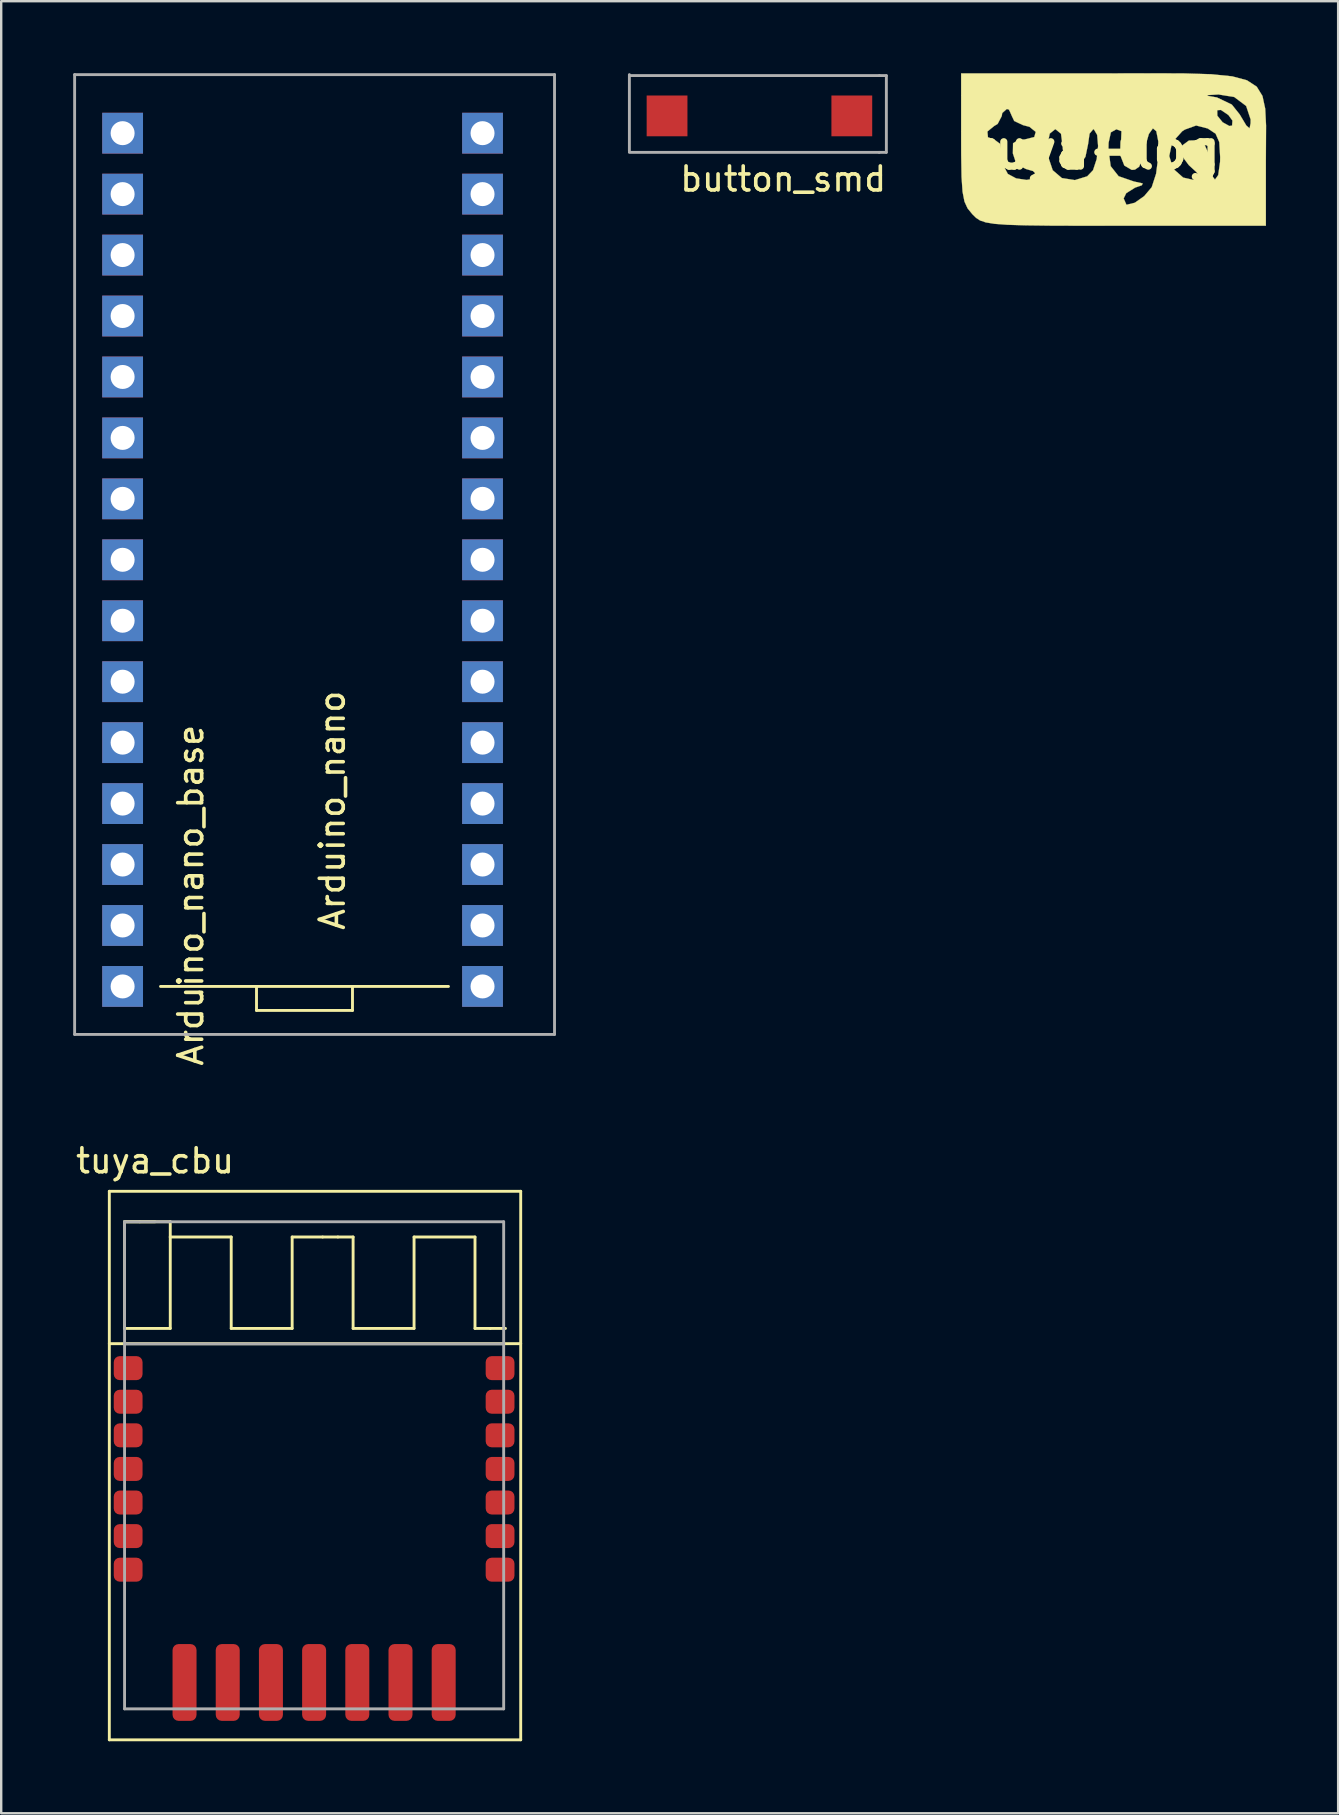
<source format=kicad_pcb>
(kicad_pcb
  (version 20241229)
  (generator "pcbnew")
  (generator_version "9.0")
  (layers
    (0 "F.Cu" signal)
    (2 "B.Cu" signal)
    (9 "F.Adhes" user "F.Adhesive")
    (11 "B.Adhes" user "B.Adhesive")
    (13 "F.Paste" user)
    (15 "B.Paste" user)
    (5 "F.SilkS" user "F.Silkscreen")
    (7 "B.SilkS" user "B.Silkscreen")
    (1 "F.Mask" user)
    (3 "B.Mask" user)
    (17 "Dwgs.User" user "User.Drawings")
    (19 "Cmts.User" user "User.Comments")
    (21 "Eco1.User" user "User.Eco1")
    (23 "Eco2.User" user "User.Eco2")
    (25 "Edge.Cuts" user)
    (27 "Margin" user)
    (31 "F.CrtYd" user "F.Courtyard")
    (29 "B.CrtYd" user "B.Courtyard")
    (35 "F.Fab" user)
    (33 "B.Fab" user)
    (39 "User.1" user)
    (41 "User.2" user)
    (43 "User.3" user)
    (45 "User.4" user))
  (footprint "tuya-logo"
    (layer "F.Cu")
    (at 43.356 3.184)
    (property "Reference" "tuya-logo" (at 0 0 0) (layer "F.SilkS") (effects (font (size 1.524 1.524) (thickness 0.3))))
    (attr through_hole)
    (fp_poly (pts (xy 2.919 -3.175) (xy 4.081 -3.14) (xy 4.948 -3.052) (xy 5.563 -2.887) (xy 5.969 -2.622) (xy 6.208 -2.235) (xy 6.323 -1.702) (xy 6.358 -1) (xy 6.353 -0.106) (xy 6.35 0.49) (xy 6.35 3.175) (xy 0.46 3.175) (xy -1.27 3.174) (xy -2.628 3.17) (xy -3.662 3.157) (xy -4.422 3.134) (xy -4.959 3.094) (xy -5.322 3.035) (xy -5.562 2.954) (xy -5.728 2.845) (xy -5.871 2.705) (xy -5.89 2.685) (xy -6.082 2.448) (xy -6.211 2.166) (xy -6.291 1.755) (xy -6.333 1.135) (xy -6.348 0.222) (xy -6.35 -0.49) (xy -6.35 -0.754) (xy -5.255 -0.754) (xy -5.233 -0.514) (xy -4.974 -0.423) (xy -4.721 -0.236) (xy -4.657 0.169) (xy -4.571 0.698) (xy -4.403 1.016) (xy -4.057 1.2) (xy -3.62 1.265) (xy -3.271 1.204) (xy -3.175 1.073) (xy -3.355 0.894) (xy -3.651 0.808) (xy -4.046 0.605) (xy -4.194 0.159) (xy -4.187 -0.226) (xy -2.751 -0.226) (xy -2.711 0.334) (xy -2.533 0.861) (xy -2.151 1.187) (xy -1.609 1.272) (xy -1.096 1.114) (xy -0.854 0.861) (xy -0.7 0.394) (xy -0.655 -0.026) (xy -0.212 -0.026) (xy -0.118 0.69) (xy 0.213 1.11) (xy 0.847 1.329) (xy 1.216 1.41) (xy 1.183 1.486) (xy 0.9 1.585) (xy 0.53 1.817) (xy 0.423 2.036) (xy 0.54 2.301) (xy 0.889 2.215) (xy 1.279 1.94) (xy 1.593 1.567) (xy 1.776 1.003) (xy 1.858 0.353) (xy 1.859 0.27) (xy 2.323 0.27) (xy 2.487 0.798) (xy 2.904 1.167) (xy 3.334 1.264) (xy 3.58 1.19) (xy 3.598 1.145) (xy 3.452 0.935) (xy 3.14 0.649) (xy 2.827 0.231) (xy 2.839 -0.152) (xy 3.141 -0.376) (xy 3.439 -0.385) (xy 3.772 -0.25) (xy 3.935 0.11) (xy 3.982 0.476) (xy 4.084 1.061) (xy 4.229 1.251) (xy 4.364 1.063) (xy 4.441 0.514) (xy 4.445 0.313) (xy 4.408 -0.313) (xy 4.255 -0.663) (xy 3.925 -0.881) (xy 3.443 -1.004) (xy 2.976 -0.835) (xy 2.866 -0.766) (xy 2.44 -0.293) (xy 2.323 0.27) (xy 1.859 0.27) (xy 1.867 -0.339) (xy 1.784 -0.766) (xy 1.642 -0.884) (xy 1.474 -0.651) (xy 1.362 -0.265) (xy 1.206 0.383) (xy 1.068 0.716) (xy 0.894 0.835) (xy 0.762 0.847) (xy 0.451 0.665) (xy 0.277 0.222) (xy 0.291 -0.327) (xy 0.318 -0.423) (xy 0.332 -0.767) (xy 0.12 -0.847) (xy -0.11 -0.718) (xy -0.205 -0.283) (xy -0.212 -0.026) (xy -0.655 -0.026) (xy -0.642 -0.149) (xy -0.681 -0.612) (xy -0.817 -0.842) (xy -0.847 -0.847) (xy -0.998 -0.663) (xy -1.058 -0.238) (xy -1.17 0.303) (xy -1.442 0.683) (xy -1.78 0.792) (xy -1.896 0.747) (xy -2.045 0.461) (xy -2.116 -0.054) (xy -2.117 -0.118) (xy -2.188 -0.661) (xy -2.414 -0.846) (xy -2.434 -0.847) (xy -2.656 -0.667) (xy -2.751 -0.226) (xy -4.187 -0.226) (xy -4.187 -0.263) (xy -3.949 -0.411) (xy -3.701 -0.423) (xy -3.303 -0.522) (xy -3.241 -0.737) (xy -3.502 -0.949) (xy -3.774 -1.02) (xy -4.138 -1.192) (xy -4.233 -1.391) (xy -4.343 -1.642) (xy 4.323 -1.642) (xy 4.327 -1.412) (xy 4.548 -1.138) (xy 4.828 -0.983) (xy 4.942 -1) (xy 4.957 -1.208) (xy 4.788 -1.441) (xy 4.477 -1.652) (xy 4.323 -1.642) (xy -4.343 -1.642) (xy -4.352 -1.663) (xy -4.445 -1.693) (xy -4.637 -1.524) (xy -4.657 -1.398) (xy -4.827 -1.072) (xy -4.974 -0.982) (xy -5.255 -0.754) (xy -6.35 -0.754) (xy -6.35 -2.241) (xy 3.903 -2.241) (xy 4.264 -2.181) (xy 4.305 -2.175) (xy 4.931 -1.876) (xy 5.258 -1.467) (xy 5.537 -1.001) (xy 5.672 -0.886) (xy 5.713 -1.097) (xy 5.715 -1.255) (xy 5.528 -1.818) (xy 5.033 -2.19) (xy 4.377 -2.297) (xy 3.936 -2.271) (xy 3.903 -2.241) (xy -6.35 -2.241) (xy -6.35 -3.175) (xy -0.46 -3.175) (xy 1.42 -3.179) (xy 2.919 -3.175)) (stroke (width 0.01) (type solid)) (fill yes) (layer "F.SilkS")))
  (footprint "Arduino_nano_base"
    (layer "F.Cu")
    (at 6.06 33.06)
    (property "Reference" "Arduino_nano_base" (at -1.16 1.2 90) (layer "F.SilkS") (effects (font (size 1 1) (thickness 0.15))))
    (attr through_hole)
    (fp_line (start -2.42 5) (end 9.58 5) (stroke (width 0.12) (type solid)) (layer "F.SilkS"))
    (fp_line (start 1.58 5) (end 1.58 6) (stroke (width 0.12) (type solid)) (layer "F.SilkS"))
    (fp_line (start 1.58 6) (end 5.58 6) (stroke (width 0.12) (type solid)) (layer "F.SilkS"))
    (fp_line (start 5.58 6) (end 5.58 5) (stroke (width 0.12) (type solid)) (layer "F.SilkS"))
    (fp_line (start -6 -33) (end 14 -33) (stroke (width 0.12) (type solid)) (layer "F.Fab"))
    (fp_line (start -6 7) (end -6 -33) (stroke (width 0.12) (type solid)) (layer "F.Fab"))
    (fp_line (start 14 -33) (end 14 7) (stroke (width 0.12) (type solid)) (layer "F.Fab"))
    (fp_line (start 14 7) (end -6 7) (stroke (width 0.12) (type solid)) (layer "F.Fab"))
    (fp_text user "Arduino_nano" (at 4.74 -2.34 90) (layer "F.SilkS") (effects (font (size 1 1) (thickness 0.15))))
    (pad "1" thru_hole rect (at -4 -30.56 90) (size 1.7 1.7) (drill 1) (layers "*.Cu" "*.Mask"))
    (pad "2" thru_hole rect (at -4 -28.02 90) (size 1.7 1.7) (drill 1) (layers "*.Cu" "*.Mask"))
    (pad "3" thru_hole rect (at -4 -25.48 90) (size 1.7 1.7) (drill 1) (layers "*.Cu" "*.Mask"))
    (pad "4" thru_hole rect (at -4 -22.94 90) (size 1.7 1.7) (drill 1) (layers "*.Cu" "*.Mask"))
    (pad "5" thru_hole rect (at -4 -20.4 90) (size 1.7 1.7) (drill 1) (layers "*.Cu" "*.Mask"))
    (pad "6" thru_hole rect (at -4 -17.86 90) (size 1.7 1.7) (drill 1) (layers "*.Cu" "*.Mask"))
    (pad "7" thru_hole rect (at -4 -15.32 90) (size 1.7 1.7) (drill 1) (layers "*.Cu" "*.Mask"))
    (pad "8" thru_hole rect (at -4 -12.78 90) (size 1.7 1.7) (drill 1) (layers "*.Cu" "*.Mask"))
    (pad "9" thru_hole rect (at -4 -10.24 90) (size 1.7 1.7) (drill 1) (layers "*.Cu" "*.Mask"))
    (pad "10" thru_hole rect (at -4 -7.7 90) (size 1.7 1.7) (drill 1) (layers "*.Cu" "*.Mask"))
    (pad "11" thru_hole rect (at -4 -5.16 90) (size 1.7 1.7) (drill 1) (layers "*.Cu" "*.Mask"))
    (pad "12" thru_hole rect (at -4 -2.62 90) (size 1.7 1.7) (drill 1) (layers "*.Cu" "*.Mask"))
    (pad "13" thru_hole rect (at -4 -0.08 90) (size 1.7 1.7) (drill 1) (layers "*.Cu" "*.Mask"))
    (pad "14" thru_hole rect (at -4 2.46 90) (size 1.7 1.7) (drill 1) (layers "*.Cu" "*.Mask"))
    (pad "15" thru_hole rect (at -4 5 90) (size 1.7 1.7) (drill 1) (layers "*.Cu" "*.Mask"))
    (pad "16" thru_hole rect (at 11 5 90) (size 1.7 1.7) (drill 1) (layers "*.Cu" "*.Mask"))
    (pad "17" thru_hole rect (at 11 2.46 90) (size 1.7 1.7) (drill 1) (layers "*.Cu" "*.Mask"))
    (pad "18" thru_hole rect (at 11 -0.08 90) (size 1.7 1.7) (drill 1) (layers "*.Cu" "*.Mask"))
    (pad "19" thru_hole rect (at 11 -2.62 90) (size 1.7 1.7) (drill 1) (layers "*.Cu" "*.Mask"))
    (pad "20" thru_hole rect (at 11 -5.16 90) (size 1.7 1.7) (drill 1) (layers "*.Cu" "*.Mask"))
    (pad "21" thru_hole rect (at 11 -7.7 90) (size 1.7 1.7) (drill 1) (layers "*.Cu" "*.Mask"))
    (pad "22" thru_hole rect (at 11 -10.24 90) (size 1.7 1.7) (drill 1) (layers "*.Cu" "*.Mask"))
    (pad "23" thru_hole rect (at 11 -12.78 90) (size 1.7 1.7) (drill 1) (layers "*.Cu" "*.Mask"))
    (pad "24" thru_hole rect (at 11 -15.32 90) (size 1.7 1.7) (drill 1) (layers "*.Cu" "*.Mask"))
    (pad "25" thru_hole rect (at 11 -17.86 90) (size 1.7 1.7) (drill 1) (layers "*.Cu" "*.Mask"))
    (pad "26" thru_hole rect (at 11 -20.4 90) (size 1.7 1.7) (drill 1) (layers "*.Cu" "*.Mask"))
    (pad "27" thru_hole rect (at 11 -22.94 90) (size 1.7 1.7) (drill 1) (layers "*.Cu" "*.Mask"))
    (pad "28" thru_hole rect (at 11 -25.48 90) (size 1.7 1.7) (drill 1) (layers "*.Cu" "*.Mask"))
    (pad "29" thru_hole rect (at 11 -28.02 90) (size 1.7 1.7) (drill 1) (layers "*.Cu" "*.Mask"))
    (pad "30" thru_hole rect (at 11 -30.56 90) (size 1.7 1.7) (drill 1) (layers "*.Cu" "*.Mask")))
  (footprint "button_smd"
    (layer "F.Cu")
    (at 24.77 1.65)
    (property "Reference" "button_smd" (at 4.82 2.76 0) (layer "F.SilkS") (effects (font (size 1 1) (thickness 0.15))))
    (attr through_hole)
    (fp_line (start -1.59 -1.59) (end -1.59 1.6) (stroke (width 0.12) (type solid)) (layer "F.Fab"))
    (fp_line (start -1.59 1.65) (end 8.82 1.65) (stroke (width 0.12) (type solid)) (layer "F.Fab"))
    (fp_line (start -1.58 -1.55) (end 8.83 -1.55) (stroke (width 0.12) (type solid)) (layer "F.Fab"))
    (fp_line (start 8.82 1.65) (end 9.11 1.65) (stroke (width 0.12) (type solid)) (layer "F.Fab"))
    (fp_line (start 8.83 -1.55) (end 9.12 -1.55) (stroke (width 0.12) (type solid)) (layer "F.Fab"))
    (fp_line (start 9.12 -1.54) (end 9.12 1.65) (stroke (width 0.12) (type solid)) (layer "F.Fab"))
    (pad "1" smd rect (at -0.02 0.13) (size 1.7 1.7) (layers "F.Cu" "F.Mask" "F.Paste"))
    (pad "2" smd rect (at 7.68 0.13) (size 1.7 1.7) (layers "F.Cu" "F.Mask" "F.Paste")))
  (footprint "tuya_cbu"
    (layer "F.Cu")
    (at 2.141 47.868)
    (property "Reference" "tuya_cbu" (at 1.27 -2.54 0) (layer "F.SilkS") (effects (font (size 1 1) (thickness 0.15))))
    (attr through_hole)
    (fp_line (start -0.635 -1.27) (end 16.51 -1.27) (stroke (width 0.12) (type solid)) (layer "F.SilkS"))
    (fp_line (start -0.635 5.08) (end 16.51 5.08) (stroke (width 0.12) (type solid)) (layer "F.SilkS"))
    (fp_line (start -0.635 21.59) (end -0.635 -1.27) (stroke (width 0.12) (type solid)) (layer "F.SilkS"))
    (fp_line (start 0 0) (end 0.635 0) (stroke (width 0.12) (type solid)) (layer "F.SilkS"))
    (fp_line (start 0 0) (end 1.905 0) (stroke (width 0.12) (type solid)) (layer "F.SilkS"))
    (fp_line (start 0 4.445) (end 0 0) (stroke (width 0.12) (type solid)) (layer "F.SilkS"))
    (fp_line (start 0 4.445) (end 1.905 4.445) (stroke (width 0.12) (type solid)) (layer "F.SilkS"))
    (fp_line (start 0.635 0) (end 1.27 0) (stroke (width 0.12) (type solid)) (layer "F.SilkS"))
    (fp_line (start 1.905 0) (end 1.905 0.635) (stroke (width 0.12) (type solid)) (layer "F.SilkS"))
    (fp_line (start 1.905 0.635) (end 4.445 0.635) (stroke (width 0.12) (type solid)) (layer "F.SilkS"))
    (fp_line (start 1.905 4.445) (end 1.905 0.635) (stroke (width 0.12) (type solid)) (layer "F.SilkS"))
    (fp_line (start 4.445 0.635) (end 4.445 4.445) (stroke (width 0.12) (type solid)) (layer "F.SilkS"))
    (fp_line (start 4.445 4.445) (end 6.985 4.445) (stroke (width 0.12) (type solid)) (layer "F.SilkS"))
    (fp_line (start 6.985 0.635) (end 8.255 0.635) (stroke (width 0.12) (type solid)) (layer "F.SilkS"))
    (fp_line (start 6.985 4.445) (end 6.985 0.635) (stroke (width 0.12) (type solid)) (layer "F.SilkS"))
    (fp_line (start 8.255 0.635) (end 8.89 0.635) (stroke (width 0.12) (type solid)) (layer "F.SilkS"))
    (fp_line (start 8.89 0.635) (end 9.525 0.635) (stroke (width 0.12) (type solid)) (layer "F.SilkS"))
    (fp_line (start 9.525 0.635) (end 9.525 4.445) (stroke (width 0.12) (type solid)) (layer "F.SilkS"))
    (fp_line (start 9.525 4.445) (end 12.065 4.445) (stroke (width 0.12) (type solid)) (layer "F.SilkS"))
    (fp_line (start 12.065 0.635) (end 14.605 0.635) (stroke (width 0.12) (type solid)) (layer "F.SilkS"))
    (fp_line (start 12.065 4.445) (end 12.065 0.635) (stroke (width 0.12) (type solid)) (layer "F.SilkS"))
    (fp_line (start 14.605 0.635) (end 14.605 4.445) (stroke (width 0.12) (type solid)) (layer "F.SilkS"))
    (fp_line (start 14.605 4.445) (end 15.24 4.445) (stroke (width 0.12) (type solid)) (layer "F.SilkS"))
    (fp_line (start 15.24 4.445) (end 15.875 4.445) (stroke (width 0.12) (type solid)) (layer "F.SilkS"))
    (fp_line (start 16.51 -1.27) (end 16.51 21.59) (stroke (width 0.12) (type solid)) (layer "F.SilkS"))
    (fp_line (start 16.51 21.59) (end -0.635 21.59) (stroke (width 0.12) (type solid)) (layer "F.SilkS"))
    (fp_line (start 0 0) (end 15.8 0) (stroke (width 0.12) (type solid)) (layer "F.Fab"))
    (fp_line (start 0 5.09) (end 15.8 5.09) (stroke (width 0.12) (type solid)) (layer "F.Fab"))
    (fp_line (start 0 20.3) (end 0 0) (stroke (width 0.12) (type solid)) (layer "F.Fab"))
    (fp_line (start 15.8 0) (end 15.8 20.3) (stroke (width 0.12) (type solid)) (layer "F.Fab"))
    (fp_line (start 15.8 20.3) (end 0 20.3) (stroke (width 0.12) (type solid)) (layer "F.Fab"))
    (pad "1" smd roundrect (at 15.65 6.1 90) (size 1 1.2) (layers "F.Cu" "F.Mask" "F.Paste") (roundrect_rratio 0.25))
    (pad "2" smd roundrect (at 15.65 7.5 90) (size 1 1.2) (layers "F.Cu" "F.Mask" "F.Paste") (roundrect_rratio 0.25))
    (pad "3" smd roundrect (at 15.65 8.9 90) (size 1 1.2) (layers "F.Cu" "F.Mask" "F.Paste") (roundrect_rratio 0.25))
    (pad "4" smd roundrect (at 15.65 10.3 90) (size 1 1.2) (layers "F.Cu" "F.Mask" "F.Paste") (roundrect_rratio 0.25))
    (pad "5" smd roundrect (at 15.65 11.7 90) (size 1 1.2) (layers "F.Cu" "F.Mask" "F.Paste") (roundrect_rratio 0.25))
    (pad "6" smd roundrect (at 15.65 13.1 90) (size 1 1.2) (layers "F.Cu" "F.Mask" "F.Paste") (roundrect_rratio 0.25))
    (pad "7" smd roundrect (at 15.65 14.5 90) (size 1 1.2) (layers "F.Cu" "F.Mask" "F.Paste") (roundrect_rratio 0.25))
    (pad "8" smd roundrect (at 13.3 19.2 90) (size 3.2 1) (layers "F.Cu" "F.Mask" "F.Paste") (roundrect_rratio 0.25))
    (pad "9" smd roundrect (at 11.5 19.2 90) (size 3.2 1) (layers "F.Cu" "F.Mask" "F.Paste") (roundrect_rratio 0.25))
    (pad "10" smd roundrect (at 9.7 19.2 90) (size 3.2 1) (layers "F.Cu" "F.Mask" "F.Paste") (roundrect_rratio 0.25))
    (pad "11" smd roundrect (at 7.9 19.2 90) (size 3.2 1) (layers "F.Cu" "F.Mask" "F.Paste") (roundrect_rratio 0.25))
    (pad "12" smd roundrect (at 6.1 19.2 90) (size 3.2 1) (layers "F.Cu" "F.Mask" "F.Paste") (roundrect_rratio 0.25))
    (pad "13" smd roundrect (at 4.3 19.2 90) (size 3.2 1) (layers "F.Cu" "F.Mask" "F.Paste") (roundrect_rratio 0.25))
    (pad "14" smd roundrect (at 2.5 19.2 90) (size 3.2 1) (layers "F.Cu" "F.Mask" "F.Paste") (roundrect_rratio 0.25))
    (pad "15" smd roundrect (at 0.15 14.5 90) (size 1 1.2) (layers "F.Cu" "F.Mask" "F.Paste") (roundrect_rratio 0.25))
    (pad "16" smd roundrect (at 0.15 13.1 90) (size 1 1.2) (layers "F.Cu" "F.Mask" "F.Paste") (roundrect_rratio 0.25))
    (pad "17" smd roundrect (at 0.15 11.7 90) (size 1 1.2) (layers "F.Cu" "F.Mask" "F.Paste") (roundrect_rratio 0.25))
    (pad "18" smd roundrect (at 0.15 10.3 90) (size 1 1.2) (layers "F.Cu" "F.Mask" "F.Paste") (roundrect_rratio 0.25))
    (pad "19" smd roundrect (at 0.15 8.9 90) (size 1 1.2) (layers "F.Cu" "F.Mask" "F.Paste") (roundrect_rratio 0.25))
    (pad "20" smd roundrect (at 0.15 7.5 90) (size 1 1.2) (layers "F.Cu" "F.Mask" "F.Paste") (roundrect_rratio 0.25))
    (pad "21" smd roundrect (at 0.15 6.1 90) (size 1 1.2) (layers "F.Cu" "F.Mask" "F.Paste") (roundrect_rratio 0.25)))
  (gr_rect
    (start -3 -3)
    (end 52.718 72.518)
    (stroke (width 0.1) (type default))
    (fill no)
    (layer "Edge.Cuts")))
</source>
